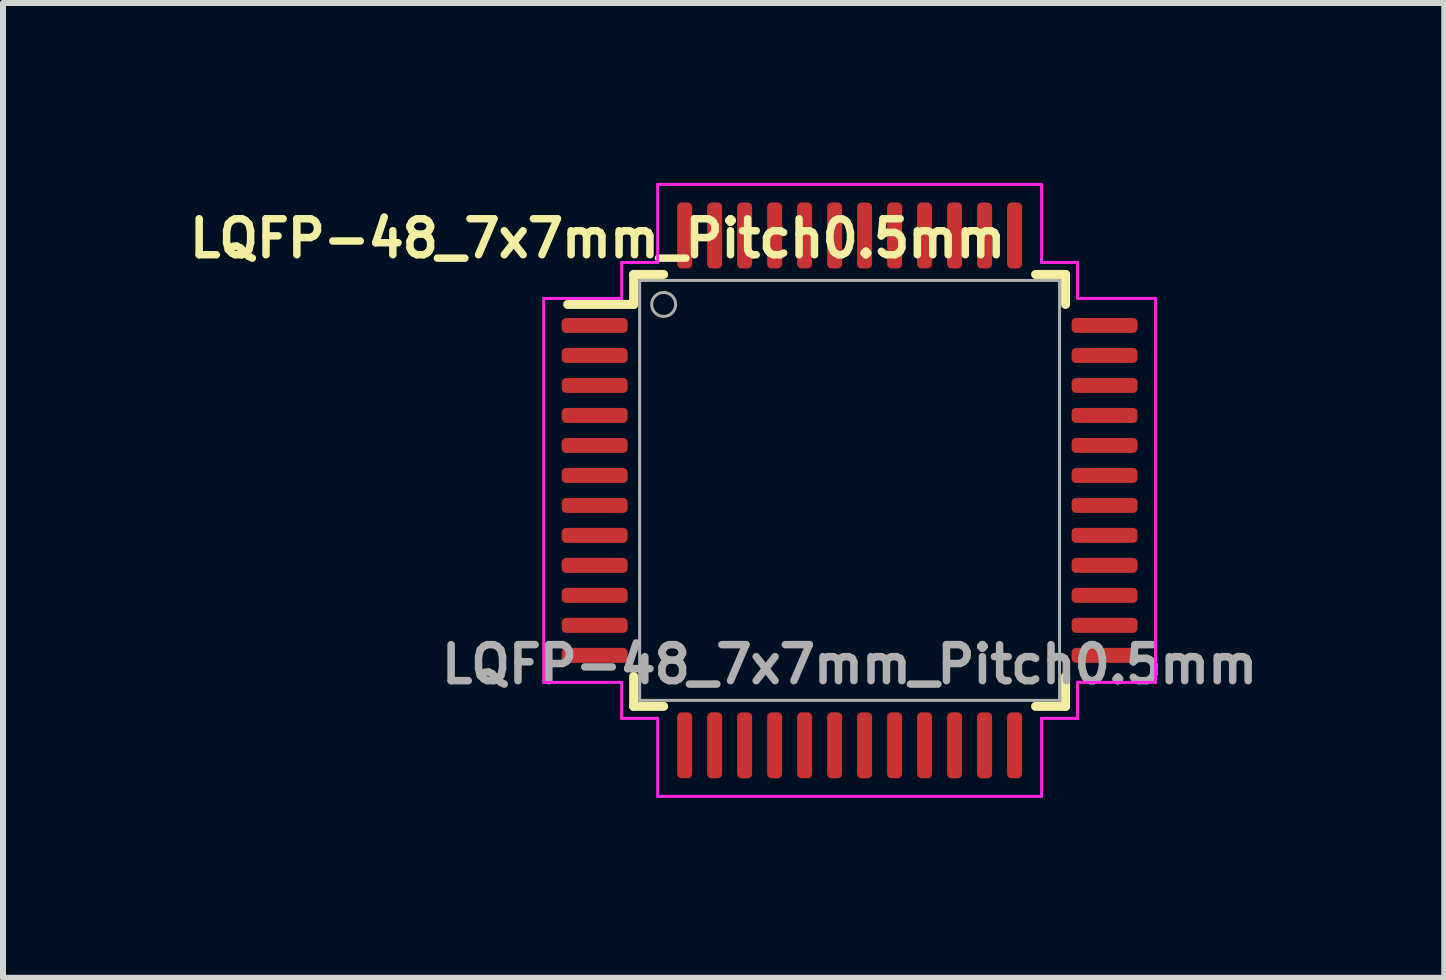
<source format=kicad_pcb>
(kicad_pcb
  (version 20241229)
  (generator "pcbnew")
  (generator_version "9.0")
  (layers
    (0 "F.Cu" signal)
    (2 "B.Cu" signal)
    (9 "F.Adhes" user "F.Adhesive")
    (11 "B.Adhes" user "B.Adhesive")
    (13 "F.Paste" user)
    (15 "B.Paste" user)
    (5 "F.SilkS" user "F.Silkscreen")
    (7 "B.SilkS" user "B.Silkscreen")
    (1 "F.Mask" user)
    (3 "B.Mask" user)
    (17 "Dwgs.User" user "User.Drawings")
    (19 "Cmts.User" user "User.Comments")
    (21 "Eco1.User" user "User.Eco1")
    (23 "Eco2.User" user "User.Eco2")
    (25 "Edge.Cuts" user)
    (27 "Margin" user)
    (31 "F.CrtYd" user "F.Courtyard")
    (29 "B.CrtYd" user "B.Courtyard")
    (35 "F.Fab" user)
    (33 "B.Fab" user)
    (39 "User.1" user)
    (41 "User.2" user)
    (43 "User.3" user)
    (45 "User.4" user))
  (footprint "LQFP-48_7x7mm_Pitch0.5mm"
    (layer "F.Cu")
    (at 11.113 5.125)
    (property "Reference" "LQFP-48_7x7mm_Pitch0.5mm" (at -4.2 -4.2 0) (layer "F.SilkS") (effects (font (size 0.6 0.6) (thickness 0.125))))
    (attr smd)
    (fp_line (start -3.6 -3.6) (end -3.6 -3.1) (stroke (width 0.15) (type solid)) (layer "F.SilkS"))
    (fp_line (start -3.6 -3.6) (end -3.1 -3.6) (stroke (width 0.15) (type solid)) (layer "F.SilkS"))
    (fp_line (start -3.6 -3.1) (end -4.7 -3.1) (stroke (width 0.15) (type solid)) (layer "F.SilkS"))
    (fp_line (start -3.6 3.6) (end -3.6 3.1) (stroke (width 0.15) (type solid)) (layer "F.SilkS"))
    (fp_line (start -3.6 3.6) (end -3.1 3.6) (stroke (width 0.15) (type solid)) (layer "F.SilkS"))
    (fp_line (start 3.6 -3.6) (end 3.1 -3.6) (stroke (width 0.15) (type solid)) (layer "F.SilkS"))
    (fp_line (start 3.6 -3.6) (end 3.6 -3.1) (stroke (width 0.15) (type solid)) (layer "F.SilkS"))
    (fp_line (start 3.6 3.6) (end 3.1 3.6) (stroke (width 0.15) (type solid)) (layer "F.SilkS"))
    (fp_line (start 3.6 3.6) (end 3.6 3.1) (stroke (width 0.15) (type solid)) (layer "F.SilkS"))
    (fp_line (start -5.1 -3.2) (end -5.1 3.2) (stroke (width 0.05) (type solid)) (layer "F.CrtYd"))
    (fp_line (start -5.1 -3.2) (end -3.8 -3.2) (stroke (width 0.05) (type solid)) (layer "F.CrtYd"))
    (fp_line (start -3.8 -3.8) (end -3.2 -3.8) (stroke (width 0.05) (type solid)) (layer "F.CrtYd"))
    (fp_line (start -3.8 -3.2) (end -3.8 -3.8) (stroke (width 0.05) (type solid)) (layer "F.CrtYd"))
    (fp_line (start -3.8 3.2) (end -5.1 3.2) (stroke (width 0.05) (type solid)) (layer "F.CrtYd"))
    (fp_line (start -3.8 3.8) (end -3.8 3.2) (stroke (width 0.05) (type solid)) (layer "F.CrtYd"))
    (fp_line (start -3.2 -5.1) (end 3.2 -5.1) (stroke (width 0.05) (type solid)) (layer "F.CrtYd"))
    (fp_line (start -3.2 -3.8) (end -3.2 -5.1) (stroke (width 0.05) (type solid)) (layer "F.CrtYd"))
    (fp_line (start -3.2 3.8) (end -3.8 3.8) (stroke (width 0.05) (type solid)) (layer "F.CrtYd"))
    (fp_line (start -3.2 5.1) (end -3.2 3.8) (stroke (width 0.05) (type solid)) (layer "F.CrtYd"))
    (fp_line (start -3.2 5.1) (end 3.2 5.1) (stroke (width 0.05) (type solid)) (layer "F.CrtYd"))
    (fp_line (start 3.2 -5.1) (end 3.2 -3.8) (stroke (width 0.05) (type solid)) (layer "F.CrtYd"))
    (fp_line (start 3.2 -3.8) (end 3.8 -3.8) (stroke (width 0.05) (type solid)) (layer "F.CrtYd"))
    (fp_line (start 3.2 3.8) (end 3.2 5.1) (stroke (width 0.05) (type solid)) (layer "F.CrtYd"))
    (fp_line (start 3.8 -3.8) (end 3.8 -3.2) (stroke (width 0.05) (type solid)) (layer "F.CrtYd"))
    (fp_line (start 3.8 -3.2) (end 5.1 -3.2) (stroke (width 0.05) (type solid)) (layer "F.CrtYd"))
    (fp_line (start 3.8 3.2) (end 3.8 3.8) (stroke (width 0.05) (type solid)) (layer "F.CrtYd"))
    (fp_line (start 3.8 3.8) (end 3.2 3.8) (stroke (width 0.05) (type solid)) (layer "F.CrtYd"))
    (fp_line (start 5.1 -3.2) (end 5.1 3.2) (stroke (width 0.05) (type solid)) (layer "F.CrtYd"))
    (fp_line (start 5.1 3.2) (end 3.8 3.2) (stroke (width 0.05) (type solid)) (layer "F.CrtYd"))
    (fp_line (start -3.5 -3.5) (end 3.5 -3.5) (stroke (width 0.05) (type solid)) (layer "F.Fab"))
    (fp_line (start -3.5 3.5) (end -3.5 -3.5) (stroke (width 0.05) (type solid)) (layer "F.Fab"))
    (fp_line (start 3.5 -3.5) (end 3.5 3.5) (stroke (width 0.05) (type solid)) (layer "F.Fab"))
    (fp_line (start 3.5 3.5) (end -3.5 3.5) (stroke (width 0.05) (type solid)) (layer "F.Fab"))
    (fp_circle (center -3.1 -3.1) (end -3.1 -3.3) (stroke (width 0.05) (type solid)) (fill no) (layer "F.Fab"))
    (fp_text user "${REFERENCE}" (at 0 2.9 0) (layer "F.Fab") (effects (font (size 0.6 0.6) (thickness 0.125))))
    (pad "1" smd roundrect (at -4.25 -2.75) (size 1.1 0.25) (layers "F.Cu" "F.Mask" "F.Paste") (roundrect_rratio 0.3))
    (pad "2" smd roundrect (at -4.25 -2.25) (size 1.1 0.25) (layers "F.Cu" "F.Mask" "F.Paste") (roundrect_rratio 0.3))
    (pad "3" smd roundrect (at -4.25 -1.75) (size 1.1 0.25) (layers "F.Cu" "F.Mask" "F.Paste") (roundrect_rratio 0.3))
    (pad "4" smd roundrect (at -4.25 -1.25) (size 1.1 0.25) (layers "F.Cu" "F.Mask" "F.Paste") (roundrect_rratio 0.3))
    (pad "5" smd roundrect (at -4.25 -0.75) (size 1.1 0.25) (layers "F.Cu" "F.Mask" "F.Paste") (roundrect_rratio 0.3))
    (pad "6" smd roundrect (at -4.25 -0.25) (size 1.1 0.25) (layers "F.Cu" "F.Mask" "F.Paste") (roundrect_rratio 0.3))
    (pad "7" smd roundrect (at -4.25 0.25) (size 1.1 0.25) (layers "F.Cu" "F.Mask" "F.Paste") (roundrect_rratio 0.3))
    (pad "8" smd roundrect (at -4.25 0.75) (size 1.1 0.25) (layers "F.Cu" "F.Mask" "F.Paste") (roundrect_rratio 0.3))
    (pad "9" smd roundrect (at -4.25 1.25) (size 1.1 0.25) (layers "F.Cu" "F.Mask" "F.Paste") (roundrect_rratio 0.3))
    (pad "10" smd roundrect (at -4.25 1.75) (size 1.1 0.25) (layers "F.Cu" "F.Mask" "F.Paste") (roundrect_rratio 0.3))
    (pad "11" smd roundrect (at -4.25 2.25) (size 1.1 0.25) (layers "F.Cu" "F.Mask" "F.Paste") (roundrect_rratio 0.3))
    (pad "12" smd roundrect (at -4.25 2.75) (size 1.1 0.25) (layers "F.Cu" "F.Mask" "F.Paste") (roundrect_rratio 0.3))
    (pad "13" smd roundrect (at -2.75 4.25 90) (size 1.1 0.25) (layers "F.Cu" "F.Mask" "F.Paste") (roundrect_rratio 0.3))
    (pad "14" smd roundrect (at -2.25 4.25 90) (size 1.1 0.25) (layers "F.Cu" "F.Mask" "F.Paste") (roundrect_rratio 0.3))
    (pad "15" smd roundrect (at -1.75 4.25 90) (size 1.1 0.25) (layers "F.Cu" "F.Mask" "F.Paste") (roundrect_rratio 0.3))
    (pad "16" smd roundrect (at -1.25 4.25 90) (size 1.1 0.25) (layers "F.Cu" "F.Mask" "F.Paste") (roundrect_rratio 0.3))
    (pad "17" smd roundrect (at -0.75 4.25 90) (size 1.1 0.25) (layers "F.Cu" "F.Mask" "F.Paste") (roundrect_rratio 0.3))
    (pad "18" smd roundrect (at -0.25 4.25 90) (size 1.1 0.25) (layers "F.Cu" "F.Mask" "F.Paste") (roundrect_rratio 0.3))
    (pad "19" smd roundrect (at 0.25 4.25 90) (size 1.1 0.25) (layers "F.Cu" "F.Mask" "F.Paste") (roundrect_rratio 0.3))
    (pad "20" smd roundrect (at 0.75 4.25 90) (size 1.1 0.25) (layers "F.Cu" "F.Mask" "F.Paste") (roundrect_rratio 0.3))
    (pad "21" smd roundrect (at 1.25 4.25 90) (size 1.1 0.25) (layers "F.Cu" "F.Mask" "F.Paste") (roundrect_rratio 0.3))
    (pad "22" smd roundrect (at 1.75 4.25 90) (size 1.1 0.25) (layers "F.Cu" "F.Mask" "F.Paste") (roundrect_rratio 0.3))
    (pad "23" smd roundrect (at 2.25 4.25 90) (size 1.1 0.25) (layers "F.Cu" "F.Mask" "F.Paste") (roundrect_rratio 0.3))
    (pad "24" smd roundrect (at 2.75 4.25 90) (size 1.1 0.25) (layers "F.Cu" "F.Mask" "F.Paste") (roundrect_rratio 0.3))
    (pad "25" smd roundrect (at 4.25 2.75) (size 1.1 0.25) (layers "F.Cu" "F.Mask" "F.Paste") (roundrect_rratio 0.3))
    (pad "26" smd roundrect (at 4.25 2.25) (size 1.1 0.25) (layers "F.Cu" "F.Mask" "F.Paste") (roundrect_rratio 0.3))
    (pad "27" smd roundrect (at 4.25 1.75) (size 1.1 0.25) (layers "F.Cu" "F.Mask" "F.Paste") (roundrect_rratio 0.3))
    (pad "28" smd roundrect (at 4.25 1.25) (size 1.1 0.25) (layers "F.Cu" "F.Mask" "F.Paste") (roundrect_rratio 0.3))
    (pad "29" smd roundrect (at 4.25 0.75) (size 1.1 0.25) (layers "F.Cu" "F.Mask" "F.Paste") (roundrect_rratio 0.3))
    (pad "30" smd roundrect (at 4.25 0.25) (size 1.1 0.25) (layers "F.Cu" "F.Mask" "F.Paste") (roundrect_rratio 0.3))
    (pad "31" smd roundrect (at 4.25 -0.25) (size 1.1 0.25) (layers "F.Cu" "F.Mask" "F.Paste") (roundrect_rratio 0.3))
    (pad "32" smd roundrect (at 4.25 -0.75) (size 1.1 0.25) (layers "F.Cu" "F.Mask" "F.Paste") (roundrect_rratio 0.3))
    (pad "33" smd roundrect (at 4.25 -1.25) (size 1.1 0.25) (layers "F.Cu" "F.Mask" "F.Paste") (roundrect_rratio 0.3))
    (pad "34" smd roundrect (at 4.25 -1.75) (size 1.1 0.25) (layers "F.Cu" "F.Mask" "F.Paste") (roundrect_rratio 0.3))
    (pad "35" smd roundrect (at 4.25 -2.25) (size 1.1 0.25) (layers "F.Cu" "F.Mask" "F.Paste") (roundrect_rratio 0.3))
    (pad "36" smd roundrect (at 4.25 -2.75) (size 1.1 0.25) (layers "F.Cu" "F.Mask" "F.Paste") (roundrect_rratio 0.3))
    (pad "37" smd roundrect (at 2.75 -4.25 90) (size 1.1 0.25) (layers "F.Cu" "F.Mask" "F.Paste") (roundrect_rratio 0.3))
    (pad "38" smd roundrect (at 2.25 -4.25 90) (size 1.1 0.25) (layers "F.Cu" "F.Mask" "F.Paste") (roundrect_rratio 0.3))
    (pad "39" smd roundrect (at 1.75 -4.25 90) (size 1.1 0.25) (layers "F.Cu" "F.Mask" "F.Paste") (roundrect_rratio 0.3))
    (pad "40" smd roundrect (at 1.25 -4.25 90) (size 1.1 0.25) (layers "F.Cu" "F.Mask" "F.Paste") (roundrect_rratio 0.3))
    (pad "41" smd roundrect (at 0.75 -4.25 90) (size 1.1 0.25) (layers "F.Cu" "F.Mask" "F.Paste") (roundrect_rratio 0.3))
    (pad "42" smd roundrect (at 0.25 -4.25 90) (size 1.1 0.25) (layers "F.Cu" "F.Mask" "F.Paste") (roundrect_rratio 0.3))
    (pad "43" smd roundrect (at -0.25 -4.25 90) (size 1.1 0.25) (layers "F.Cu" "F.Mask" "F.Paste") (roundrect_rratio 0.3))
    (pad "44" smd roundrect (at -0.75 -4.25 90) (size 1.1 0.25) (layers "F.Cu" "F.Mask" "F.Paste") (roundrect_rratio 0.3))
    (pad "45" smd roundrect (at -1.25 -4.25 90) (size 1.1 0.25) (layers "F.Cu" "F.Mask" "F.Paste") (roundrect_rratio 0.3))
    (pad "46" smd roundrect (at -1.75 -4.25 90) (size 1.1 0.25) (layers "F.Cu" "F.Mask" "F.Paste") (roundrect_rratio 0.3))
    (pad "47" smd roundrect (at -2.25 -4.25 90) (size 1.1 0.25) (layers "F.Cu" "F.Mask" "F.Paste") (roundrect_rratio 0.3))
    (pad "48" smd roundrect (at -2.75 -4.25 90) (size 1.1 0.25) (layers "F.Cu" "F.Mask" "F.Paste") (roundrect_rratio 0.3)))
  (gr_rect
    (start -3 -3)
    (end 21.026 13.25)
    (stroke (width 0.1) (type default))
    (fill no)
    (layer "Edge.Cuts")))
</source>
